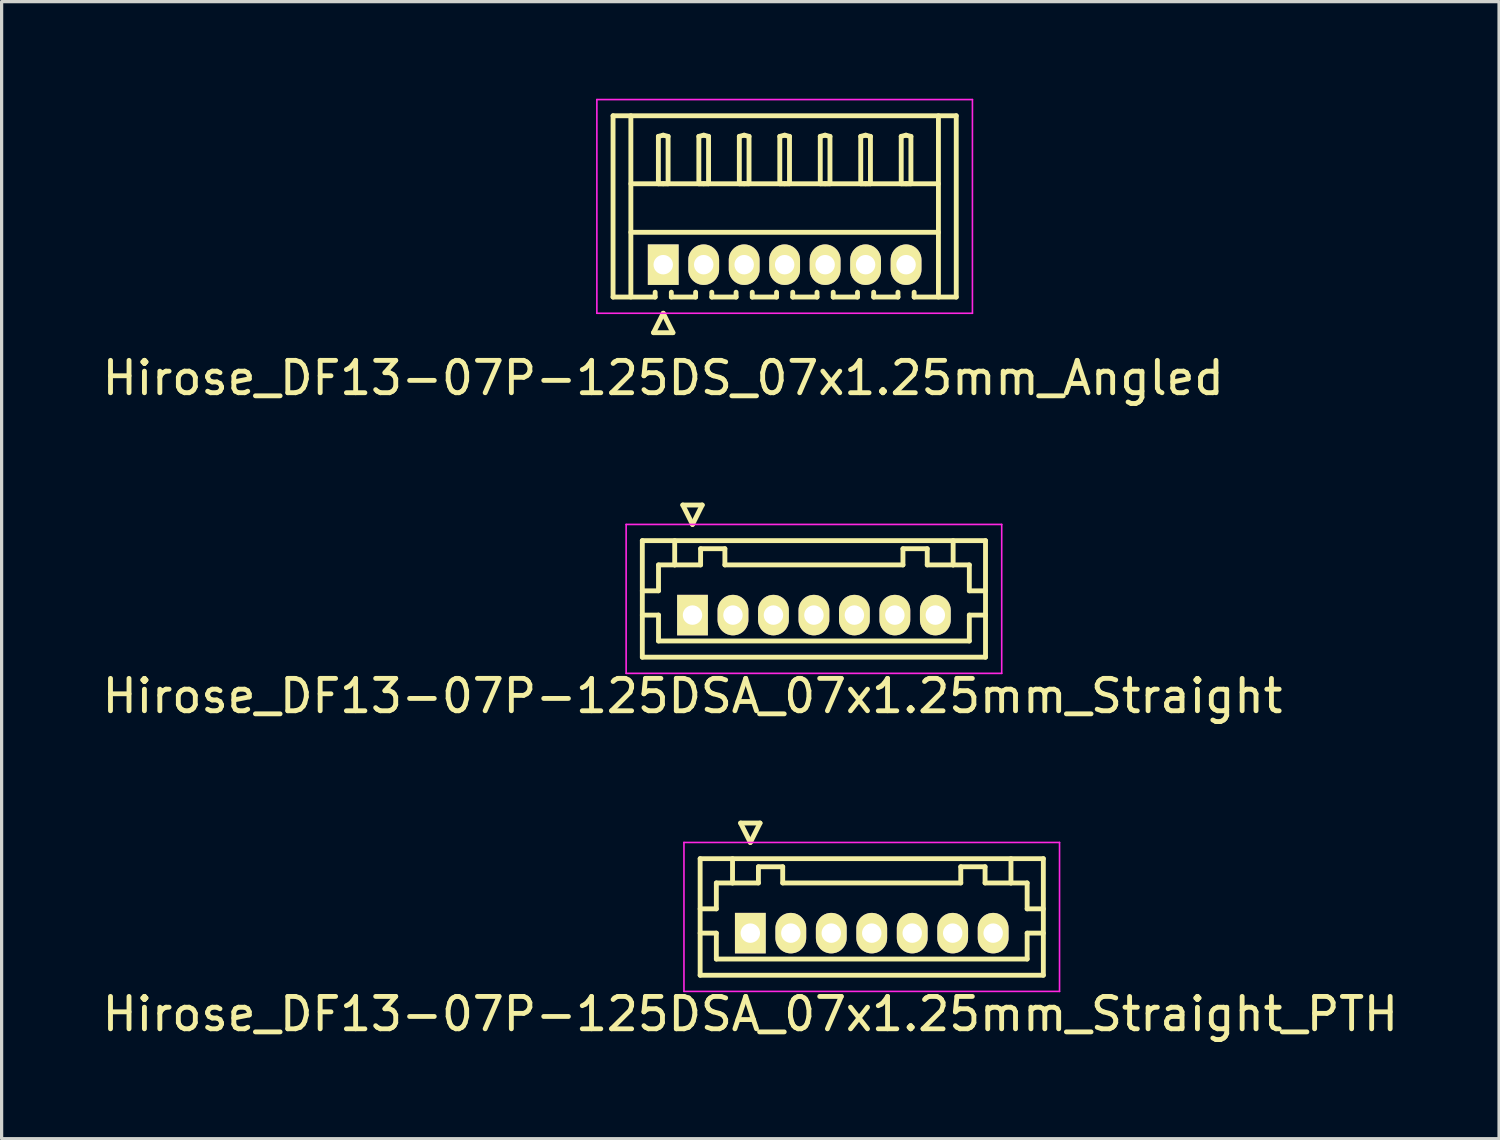
<source format=kicad_pcb>
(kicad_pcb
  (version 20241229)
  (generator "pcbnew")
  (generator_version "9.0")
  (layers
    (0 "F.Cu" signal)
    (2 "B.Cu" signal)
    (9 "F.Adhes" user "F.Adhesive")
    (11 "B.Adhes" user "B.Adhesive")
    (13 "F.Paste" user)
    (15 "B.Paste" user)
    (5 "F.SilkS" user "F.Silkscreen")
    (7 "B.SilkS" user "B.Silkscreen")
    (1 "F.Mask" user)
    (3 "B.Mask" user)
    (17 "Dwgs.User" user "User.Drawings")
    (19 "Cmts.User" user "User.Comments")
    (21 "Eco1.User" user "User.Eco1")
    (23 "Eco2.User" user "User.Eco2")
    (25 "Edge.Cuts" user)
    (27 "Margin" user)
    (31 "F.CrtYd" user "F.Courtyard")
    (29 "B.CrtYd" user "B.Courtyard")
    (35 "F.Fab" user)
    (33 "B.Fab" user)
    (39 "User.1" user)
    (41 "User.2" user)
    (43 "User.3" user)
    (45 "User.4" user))
  (footprint "Hirose_DF13-07P-125DSA_07x1.25mm_Straight_PTH"
    (layer "F.Cu")
    (at 20.125 25.771)
    (property "Reference" "Hirose_DF13-07P-125DSA_07x1.25mm_Straight_PTH" (at 0 2.5 0) (layer "F.SilkS") (effects (font (size 1 1) (thickness 0.15))))
    (attr through_hole)
    (fp_line (start -1.55 -2.3) (end -1.55 1.3) (stroke (width 0.15) (type solid)) (layer "F.SilkS"))
    (fp_line (start -1.55 -0.75) (end -1.05 -0.75) (stroke (width 0.15) (type solid)) (layer "F.SilkS"))
    (fp_line (start -1.55 0) (end -1.05 0) (stroke (width 0.15) (type solid)) (layer "F.SilkS"))
    (fp_line (start -1.55 1.3) (end 9.05 1.3) (stroke (width 0.15) (type solid)) (layer "F.SilkS"))
    (fp_line (start -1.05 -1.55) (end -0.55 -1.55) (stroke (width 0.15) (type solid)) (layer "F.SilkS"))
    (fp_line (start -1.05 -0.75) (end -1.05 -1.55) (stroke (width 0.15) (type solid)) (layer "F.SilkS"))
    (fp_line (start -1.05 0) (end -1.05 0.8) (stroke (width 0.15) (type solid)) (layer "F.SilkS"))
    (fp_line (start -1.05 0.8) (end 8.55 0.8) (stroke (width 0.15) (type solid)) (layer "F.SilkS"))
    (fp_line (start -0.55 -1.55) (end -0.55 -2.3) (stroke (width 0.15) (type solid)) (layer "F.SilkS"))
    (fp_line (start -0.55 -1.55) (end 0.25 -1.55) (stroke (width 0.15) (type solid)) (layer "F.SilkS"))
    (fp_line (start -0.3 -3.4) (end 0.3 -3.4) (stroke (width 0.15) (type solid)) (layer "F.SilkS"))
    (fp_line (start 0 -2.8) (end -0.3 -3.4) (stroke (width 0.15) (type solid)) (layer "F.SilkS"))
    (fp_line (start 0.25 -2.05) (end 1 -2.05) (stroke (width 0.15) (type solid)) (layer "F.SilkS"))
    (fp_line (start 0.25 -1.55) (end 0.25 -2.05) (stroke (width 0.15) (type solid)) (layer "F.SilkS"))
    (fp_line (start 0.3 -3.4) (end 0 -2.8) (stroke (width 0.15) (type solid)) (layer "F.SilkS"))
    (fp_line (start 1 -2.05) (end 1 -1.55) (stroke (width 0.15) (type solid)) (layer "F.SilkS"))
    (fp_line (start 1 -1.55) (end 6.5 -1.55) (stroke (width 0.15) (type solid)) (layer "F.SilkS"))
    (fp_line (start 6.5 -2.05) (end 7.25 -2.05) (stroke (width 0.15) (type solid)) (layer "F.SilkS"))
    (fp_line (start 6.5 -1.55) (end 6.5 -2.05) (stroke (width 0.15) (type solid)) (layer "F.SilkS"))
    (fp_line (start 7.25 -2.05) (end 7.25 -1.55) (stroke (width 0.15) (type solid)) (layer "F.SilkS"))
    (fp_line (start 7.25 -1.55) (end 8.05 -1.55) (stroke (width 0.15) (type solid)) (layer "F.SilkS"))
    (fp_line (start 8.05 -1.55) (end 8.05 -2.3) (stroke (width 0.15) (type solid)) (layer "F.SilkS"))
    (fp_line (start 8.55 -1.55) (end 8.05 -1.55) (stroke (width 0.15) (type solid)) (layer "F.SilkS"))
    (fp_line (start 8.55 -0.75) (end 8.55 -1.55) (stroke (width 0.15) (type solid)) (layer "F.SilkS"))
    (fp_line (start 8.55 0) (end 9.05 0) (stroke (width 0.15) (type solid)) (layer "F.SilkS"))
    (fp_line (start 8.55 0.8) (end 8.55 0) (stroke (width 0.15) (type solid)) (layer "F.SilkS"))
    (fp_line (start 9.05 -2.3) (end -1.55 -2.3) (stroke (width 0.15) (type solid)) (layer "F.SilkS"))
    (fp_line (start 9.05 -0.75) (end 8.55 -0.75) (stroke (width 0.15) (type solid)) (layer "F.SilkS"))
    (fp_line (start 9.05 1.3) (end 9.05 -2.3) (stroke (width 0.15) (type solid)) (layer "F.SilkS"))
    (fp_line (start -2.05 -2.8) (end -2.05 1.8) (stroke (width 0.05) (type solid)) (layer "F.CrtYd"))
    (fp_line (start -2.05 1.8) (end 9.55 1.8) (stroke (width 0.05) (type solid)) (layer "F.CrtYd"))
    (fp_line (start 9.55 -2.8) (end -2.05 -2.8) (stroke (width 0.05) (type solid)) (layer "F.CrtYd"))
    (fp_line (start 9.55 1.8) (end 9.55 -2.8) (stroke (width 0.05) (type solid)) (layer "F.CrtYd"))
    (pad "1" thru_hole rect (at 0 0) (size 0.95 1.25) (drill 0.6) (layers "*.Cu" "*.Mask" "F.SilkS"))
    (pad "2" thru_hole oval (at 1.25 0) (size 0.95 1.25) (drill 0.6) (layers "*.Cu" "*.Mask" "F.SilkS"))
    (pad "3" thru_hole oval (at 2.5 0) (size 0.95 1.25) (drill 0.6) (layers "*.Cu" "*.Mask" "F.SilkS"))
    (pad "4" thru_hole oval (at 3.75 0) (size 0.95 1.25) (drill 0.6) (layers "*.Cu" "*.Mask" "F.SilkS"))
    (pad "5" thru_hole oval (at 5 0) (size 0.95 1.25) (drill 0.6) (layers "*.Cu" "*.Mask" "F.SilkS"))
    (pad "6" thru_hole oval (at 6.25 0) (size 0.95 1.25) (drill 0.6) (layers "*.Cu" "*.Mask" "F.SilkS"))
    (pad "7" thru_hole oval (at 7.5 0) (size 0.95 1.25) (drill 0.6) (layers "*.Cu" "*.Mask" "F.SilkS")))
  (footprint "Hirose_DF13-07P-125DS_07x1.25mm_Angled"
    (layer "F.Cu")
    (at 17.435 5.125)
    (property "Reference" "Hirose_DF13-07P-125DS_07x1.25mm_Angled" (at 0 3.5 0) (layer "F.SilkS") (effects (font (size 1 1) (thickness 0.15))))
    (attr through_hole)
    (fp_line (start -1.55 -4.6) (end 9.05 -4.6) (stroke (width 0.15) (type solid)) (layer "F.SilkS"))
    (fp_line (start -1.55 1) (end -1.55 -4.6) (stroke (width 0.15) (type solid)) (layer "F.SilkS"))
    (fp_line (start -1 -4.6) (end -1 1) (stroke (width 0.15) (type solid)) (layer "F.SilkS"))
    (fp_line (start -1 -2.5) (end 8.5 -2.5) (stroke (width 0.15) (type solid)) (layer "F.SilkS"))
    (fp_line (start -1 -1) (end 8.5 -1) (stroke (width 0.15) (type solid)) (layer "F.SilkS"))
    (fp_line (start -0.3 2.1) (end 0.3 2.1) (stroke (width 0.15) (type solid)) (layer "F.SilkS"))
    (fp_line (start -0.25 0.85) (end -0.25 1) (stroke (width 0.15) (type solid)) (layer "F.SilkS"))
    (fp_line (start -0.25 1) (end -1.55 1) (stroke (width 0.15) (type solid)) (layer "F.SilkS"))
    (fp_line (start -0.15 -3.962) (end 0 -4) (stroke (width 0.15) (type solid)) (layer "F.SilkS"))
    (fp_line (start -0.15 -2.5) (end -0.15 -3.962) (stroke (width 0.15) (type solid)) (layer "F.SilkS"))
    (fp_line (start 0 -4) (end 0.15 -3.962) (stroke (width 0.15) (type solid)) (layer "F.SilkS"))
    (fp_line (start 0 -2.5) (end -0.15 -2.5) (stroke (width 0.15) (type solid)) (layer "F.SilkS"))
    (fp_line (start 0 1.5) (end -0.3 2.1) (stroke (width 0.15) (type solid)) (layer "F.SilkS"))
    (fp_line (start 0.15 -3.962) (end 0.15 -2.5) (stroke (width 0.15) (type solid)) (layer "F.SilkS"))
    (fp_line (start 0.15 -2.5) (end 0 -2.5) (stroke (width 0.15) (type solid)) (layer "F.SilkS"))
    (fp_line (start 0.25 0.85) (end 0.25 1) (stroke (width 0.15) (type solid)) (layer "F.SilkS"))
    (fp_line (start 0.25 1) (end 1 1) (stroke (width 0.15) (type solid)) (layer "F.SilkS"))
    (fp_line (start 0.3 2.1) (end 0 1.5) (stroke (width 0.15) (type solid)) (layer "F.SilkS"))
    (fp_line (start 1 1) (end 1 0.85) (stroke (width 0.15) (type solid)) (layer "F.SilkS"))
    (fp_line (start 1.1 -3.962) (end 1.25 -4) (stroke (width 0.15) (type solid)) (layer "F.SilkS"))
    (fp_line (start 1.1 -2.5) (end 1.1 -3.962) (stroke (width 0.15) (type solid)) (layer "F.SilkS"))
    (fp_line (start 1.25 -4) (end 1.4 -3.962) (stroke (width 0.15) (type solid)) (layer "F.SilkS"))
    (fp_line (start 1.25 -2.5) (end 1.1 -2.5) (stroke (width 0.15) (type solid)) (layer "F.SilkS"))
    (fp_line (start 1.4 -3.962) (end 1.4 -2.5) (stroke (width 0.15) (type solid)) (layer "F.SilkS"))
    (fp_line (start 1.4 -2.5) (end 1.25 -2.5) (stroke (width 0.15) (type solid)) (layer "F.SilkS"))
    (fp_line (start 1.5 0.85) (end 1.5 1) (stroke (width 0.15) (type solid)) (layer "F.SilkS"))
    (fp_line (start 1.5 1) (end 2.25 1) (stroke (width 0.15) (type solid)) (layer "F.SilkS"))
    (fp_line (start 2.25 1) (end 2.25 0.85) (stroke (width 0.15) (type solid)) (layer "F.SilkS"))
    (fp_line (start 2.35 -3.962) (end 2.5 -4) (stroke (width 0.15) (type solid)) (layer "F.SilkS"))
    (fp_line (start 2.35 -2.5) (end 2.35 -3.962) (stroke (width 0.15) (type solid)) (layer "F.SilkS"))
    (fp_line (start 2.5 -4) (end 2.65 -3.962) (stroke (width 0.15) (type solid)) (layer "F.SilkS"))
    (fp_line (start 2.5 -2.5) (end 2.35 -2.5) (stroke (width 0.15) (type solid)) (layer "F.SilkS"))
    (fp_line (start 2.65 -3.962) (end 2.65 -2.5) (stroke (width 0.15) (type solid)) (layer "F.SilkS"))
    (fp_line (start 2.65 -2.5) (end 2.5 -2.5) (stroke (width 0.15) (type solid)) (layer "F.SilkS"))
    (fp_line (start 2.75 0.85) (end 2.75 1) (stroke (width 0.15) (type solid)) (layer "F.SilkS"))
    (fp_line (start 2.75 1) (end 3.5 1) (stroke (width 0.15) (type solid)) (layer "F.SilkS"))
    (fp_line (start 3.5 1) (end 3.5 0.85) (stroke (width 0.15) (type solid)) (layer "F.SilkS"))
    (fp_line (start 3.6 -3.962) (end 3.75 -4) (stroke (width 0.15) (type solid)) (layer "F.SilkS"))
    (fp_line (start 3.6 -2.5) (end 3.6 -3.962) (stroke (width 0.15) (type solid)) (layer "F.SilkS"))
    (fp_line (start 3.75 -4) (end 3.9 -3.962) (stroke (width 0.15) (type solid)) (layer "F.SilkS"))
    (fp_line (start 3.75 -2.5) (end 3.6 -2.5) (stroke (width 0.15) (type solid)) (layer "F.SilkS"))
    (fp_line (start 3.9 -3.962) (end 3.9 -2.5) (stroke (width 0.15) (type solid)) (layer "F.SilkS"))
    (fp_line (start 3.9 -2.5) (end 3.75 -2.5) (stroke (width 0.15) (type solid)) (layer "F.SilkS"))
    (fp_line (start 4 0.85) (end 4 1) (stroke (width 0.15) (type solid)) (layer "F.SilkS"))
    (fp_line (start 4 1) (end 4.75 1) (stroke (width 0.15) (type solid)) (layer "F.SilkS"))
    (fp_line (start 4.75 1) (end 4.75 0.85) (stroke (width 0.15) (type solid)) (layer "F.SilkS"))
    (fp_line (start 4.85 -3.962) (end 5 -4) (stroke (width 0.15) (type solid)) (layer "F.SilkS"))
    (fp_line (start 4.85 -2.5) (end 4.85 -3.962) (stroke (width 0.15) (type solid)) (layer "F.SilkS"))
    (fp_line (start 5 -4) (end 5.15 -3.962) (stroke (width 0.15) (type solid)) (layer "F.SilkS"))
    (fp_line (start 5 -2.5) (end 4.85 -2.5) (stroke (width 0.15) (type solid)) (layer "F.SilkS"))
    (fp_line (start 5.15 -3.962) (end 5.15 -2.5) (stroke (width 0.15) (type solid)) (layer "F.SilkS"))
    (fp_line (start 5.15 -2.5) (end 5 -2.5) (stroke (width 0.15) (type solid)) (layer "F.SilkS"))
    (fp_line (start 5.25 0.85) (end 5.25 1) (stroke (width 0.15) (type solid)) (layer "F.SilkS"))
    (fp_line (start 5.25 1) (end 6 1) (stroke (width 0.15) (type solid)) (layer "F.SilkS"))
    (fp_line (start 6 1) (end 6 0.85) (stroke (width 0.15) (type solid)) (layer "F.SilkS"))
    (fp_line (start 6.1 -3.962) (end 6.25 -4) (stroke (width 0.15) (type solid)) (layer "F.SilkS"))
    (fp_line (start 6.1 -2.5) (end 6.1 -3.962) (stroke (width 0.15) (type solid)) (layer "F.SilkS"))
    (fp_line (start 6.25 -4) (end 6.4 -3.962) (stroke (width 0.15) (type solid)) (layer "F.SilkS"))
    (fp_line (start 6.25 -2.5) (end 6.1 -2.5) (stroke (width 0.15) (type solid)) (layer "F.SilkS"))
    (fp_line (start 6.4 -3.962) (end 6.4 -2.5) (stroke (width 0.15) (type solid)) (layer "F.SilkS"))
    (fp_line (start 6.4 -2.5) (end 6.25 -2.5) (stroke (width 0.15) (type solid)) (layer "F.SilkS"))
    (fp_line (start 6.5 0.85) (end 6.5 1) (stroke (width 0.15) (type solid)) (layer "F.SilkS"))
    (fp_line (start 6.5 1) (end 7.25 1) (stroke (width 0.15) (type solid)) (layer "F.SilkS"))
    (fp_line (start 7.25 1) (end 7.25 0.85) (stroke (width 0.15) (type solid)) (layer "F.SilkS"))
    (fp_line (start 7.35 -3.962) (end 7.5 -4) (stroke (width 0.15) (type solid)) (layer "F.SilkS"))
    (fp_line (start 7.35 -2.5) (end 7.35 -3.962) (stroke (width 0.15) (type solid)) (layer "F.SilkS"))
    (fp_line (start 7.5 -4) (end 7.65 -3.962) (stroke (width 0.15) (type solid)) (layer "F.SilkS"))
    (fp_line (start 7.5 -2.5) (end 7.35 -2.5) (stroke (width 0.15) (type solid)) (layer "F.SilkS"))
    (fp_line (start 7.65 -3.962) (end 7.65 -2.5) (stroke (width 0.15) (type solid)) (layer "F.SilkS"))
    (fp_line (start 7.65 -2.5) (end 7.5 -2.5) (stroke (width 0.15) (type solid)) (layer "F.SilkS"))
    (fp_line (start 7.75 1) (end 7.75 0.85) (stroke (width 0.15) (type solid)) (layer "F.SilkS"))
    (fp_line (start 8.5 -4.6) (end 8.5 1) (stroke (width 0.15) (type solid)) (layer "F.SilkS"))
    (fp_line (start 9.05 -4.6) (end 9.05 1) (stroke (width 0.15) (type solid)) (layer "F.SilkS"))
    (fp_line (start 9.05 1) (end 7.75 1) (stroke (width 0.15) (type solid)) (layer "F.SilkS"))
    (fp_line (start -2.05 -5.1) (end -2.05 1.5) (stroke (width 0.05) (type solid)) (layer "F.CrtYd"))
    (fp_line (start -2.05 1.5) (end 9.55 1.5) (stroke (width 0.05) (type solid)) (layer "F.CrtYd"))
    (fp_line (start 9.55 -5.1) (end -2.05 -5.1) (stroke (width 0.05) (type solid)) (layer "F.CrtYd"))
    (fp_line (start 9.55 1.5) (end 9.55 -5.1) (stroke (width 0.05) (type solid)) (layer "F.CrtYd"))
    (pad "1" thru_hole rect (at 0 0) (size 0.95 1.25) (drill 0.6) (layers "*.Cu" "*.Mask" "F.SilkS"))
    (pad "2" thru_hole oval (at 1.25 0) (size 0.95 1.25) (drill 0.6) (layers "*.Cu" "*.Mask" "F.SilkS"))
    (pad "3" thru_hole oval (at 2.5 0) (size 0.95 1.25) (drill 0.6) (layers "*.Cu" "*.Mask" "F.SilkS"))
    (pad "4" thru_hole oval (at 3.75 0) (size 0.95 1.25) (drill 0.6) (layers "*.Cu" "*.Mask" "F.SilkS"))
    (pad "5" thru_hole oval (at 5 0) (size 0.95 1.25) (drill 0.6) (layers "*.Cu" "*.Mask" "F.SilkS"))
    (pad "6" thru_hole oval (at 6.25 0) (size 0.95 1.25) (drill 0.6) (layers "*.Cu" "*.Mask" "F.SilkS"))
    (pad "7" thru_hole oval (at 7.5 0) (size 0.95 1.25) (drill 0.6) (layers "*.Cu" "*.Mask" "F.SilkS")))
  (footprint "Hirose_DF13-07P-125DSA_07x1.25mm_Straight"
    (layer "F.Cu")
    (at 18.339 15.948)
    (property "Reference" "Hirose_DF13-07P-125DSA_07x1.25mm_Straight" (at 0 2.5 0) (layer "F.SilkS") (effects (font (size 1 1) (thickness 0.15))))
    (attr through_hole)
    (fp_line (start -1.55 -2.3) (end -1.55 1.3) (stroke (width 0.15) (type solid)) (layer "F.SilkS"))
    (fp_line (start -1.55 -0.75) (end -1.05 -0.75) (stroke (width 0.15) (type solid)) (layer "F.SilkS"))
    (fp_line (start -1.55 0) (end -1.05 0) (stroke (width 0.15) (type solid)) (layer "F.SilkS"))
    (fp_line (start -1.55 1.3) (end 9.05 1.3) (stroke (width 0.15) (type solid)) (layer "F.SilkS"))
    (fp_line (start -1.05 -1.55) (end -0.55 -1.55) (stroke (width 0.15) (type solid)) (layer "F.SilkS"))
    (fp_line (start -1.05 -0.75) (end -1.05 -1.55) (stroke (width 0.15) (type solid)) (layer "F.SilkS"))
    (fp_line (start -1.05 0) (end -1.05 0.8) (stroke (width 0.15) (type solid)) (layer "F.SilkS"))
    (fp_line (start -1.05 0.8) (end 8.55 0.8) (stroke (width 0.15) (type solid)) (layer "F.SilkS"))
    (fp_line (start -0.55 -1.55) (end -0.55 -2.3) (stroke (width 0.15) (type solid)) (layer "F.SilkS"))
    (fp_line (start -0.55 -1.55) (end 0.25 -1.55) (stroke (width 0.15) (type solid)) (layer "F.SilkS"))
    (fp_line (start -0.3 -3.4) (end 0.3 -3.4) (stroke (width 0.15) (type solid)) (layer "F.SilkS"))
    (fp_line (start 0 -2.8) (end -0.3 -3.4) (stroke (width 0.15) (type solid)) (layer "F.SilkS"))
    (fp_line (start 0.25 -2.05) (end 1 -2.05) (stroke (width 0.15) (type solid)) (layer "F.SilkS"))
    (fp_line (start 0.25 -1.55) (end 0.25 -2.05) (stroke (width 0.15) (type solid)) (layer "F.SilkS"))
    (fp_line (start 0.3 -3.4) (end 0 -2.8) (stroke (width 0.15) (type solid)) (layer "F.SilkS"))
    (fp_line (start 1 -2.05) (end 1 -1.55) (stroke (width 0.15) (type solid)) (layer "F.SilkS"))
    (fp_line (start 1 -1.55) (end 6.5 -1.55) (stroke (width 0.15) (type solid)) (layer "F.SilkS"))
    (fp_line (start 6.5 -2.05) (end 7.25 -2.05) (stroke (width 0.15) (type solid)) (layer "F.SilkS"))
    (fp_line (start 6.5 -1.55) (end 6.5 -2.05) (stroke (width 0.15) (type solid)) (layer "F.SilkS"))
    (fp_line (start 7.25 -2.05) (end 7.25 -1.55) (stroke (width 0.15) (type solid)) (layer "F.SilkS"))
    (fp_line (start 7.25 -1.55) (end 8.05 -1.55) (stroke (width 0.15) (type solid)) (layer "F.SilkS"))
    (fp_line (start 8.05 -1.55) (end 8.05 -2.3) (stroke (width 0.15) (type solid)) (layer "F.SilkS"))
    (fp_line (start 8.55 -1.55) (end 8.05 -1.55) (stroke (width 0.15) (type solid)) (layer "F.SilkS"))
    (fp_line (start 8.55 -0.75) (end 8.55 -1.55) (stroke (width 0.15) (type solid)) (layer "F.SilkS"))
    (fp_line (start 8.55 0) (end 9.05 0) (stroke (width 0.15) (type solid)) (layer "F.SilkS"))
    (fp_line (start 8.55 0.8) (end 8.55 0) (stroke (width 0.15) (type solid)) (layer "F.SilkS"))
    (fp_line (start 9.05 -2.3) (end -1.55 -2.3) (stroke (width 0.15) (type solid)) (layer "F.SilkS"))
    (fp_line (start 9.05 -0.75) (end 8.55 -0.75) (stroke (width 0.15) (type solid)) (layer "F.SilkS"))
    (fp_line (start 9.05 1.3) (end 9.05 -2.3) (stroke (width 0.15) (type solid)) (layer "F.SilkS"))
    (fp_line (start -2.05 -2.8) (end -2.05 1.8) (stroke (width 0.05) (type solid)) (layer "F.CrtYd"))
    (fp_line (start -2.05 1.8) (end 9.55 1.8) (stroke (width 0.05) (type solid)) (layer "F.CrtYd"))
    (fp_line (start 9.55 -2.8) (end -2.05 -2.8) (stroke (width 0.05) (type solid)) (layer "F.CrtYd"))
    (fp_line (start 9.55 1.8) (end 9.55 -2.8) (stroke (width 0.05) (type solid)) (layer "F.CrtYd"))
    (pad "1" thru_hole rect (at 0 0) (size 0.95 1.25) (drill 0.6) (layers "*.Cu" "*.Mask" "F.SilkS"))
    (pad "2" thru_hole oval (at 1.25 0) (size 0.95 1.25) (drill 0.6) (layers "*.Cu" "*.Mask" "F.SilkS"))
    (pad "3" thru_hole oval (at 2.5 0) (size 0.95 1.25) (drill 0.6) (layers "*.Cu" "*.Mask" "F.SilkS"))
    (pad "4" thru_hole oval (at 3.75 0) (size 0.95 1.25) (drill 0.6) (layers "*.Cu" "*.Mask" "F.SilkS"))
    (pad "5" thru_hole oval (at 5 0) (size 0.95 1.25) (drill 0.6) (layers "*.Cu" "*.Mask" "F.SilkS"))
    (pad "6" thru_hole oval (at 6.25 0) (size 0.95 1.25) (drill 0.6) (layers "*.Cu" "*.Mask" "F.SilkS"))
    (pad "7" thru_hole oval (at 7.5 0) (size 0.95 1.25) (drill 0.6) (layers "*.Cu" "*.Mask" "F.SilkS")))
  (gr_rect
    (start -3 -3)
    (end 43.25 32.12)
    (stroke (width 0.1) (type default))
    (fill no)
    (layer "Edge.Cuts")))
</source>
